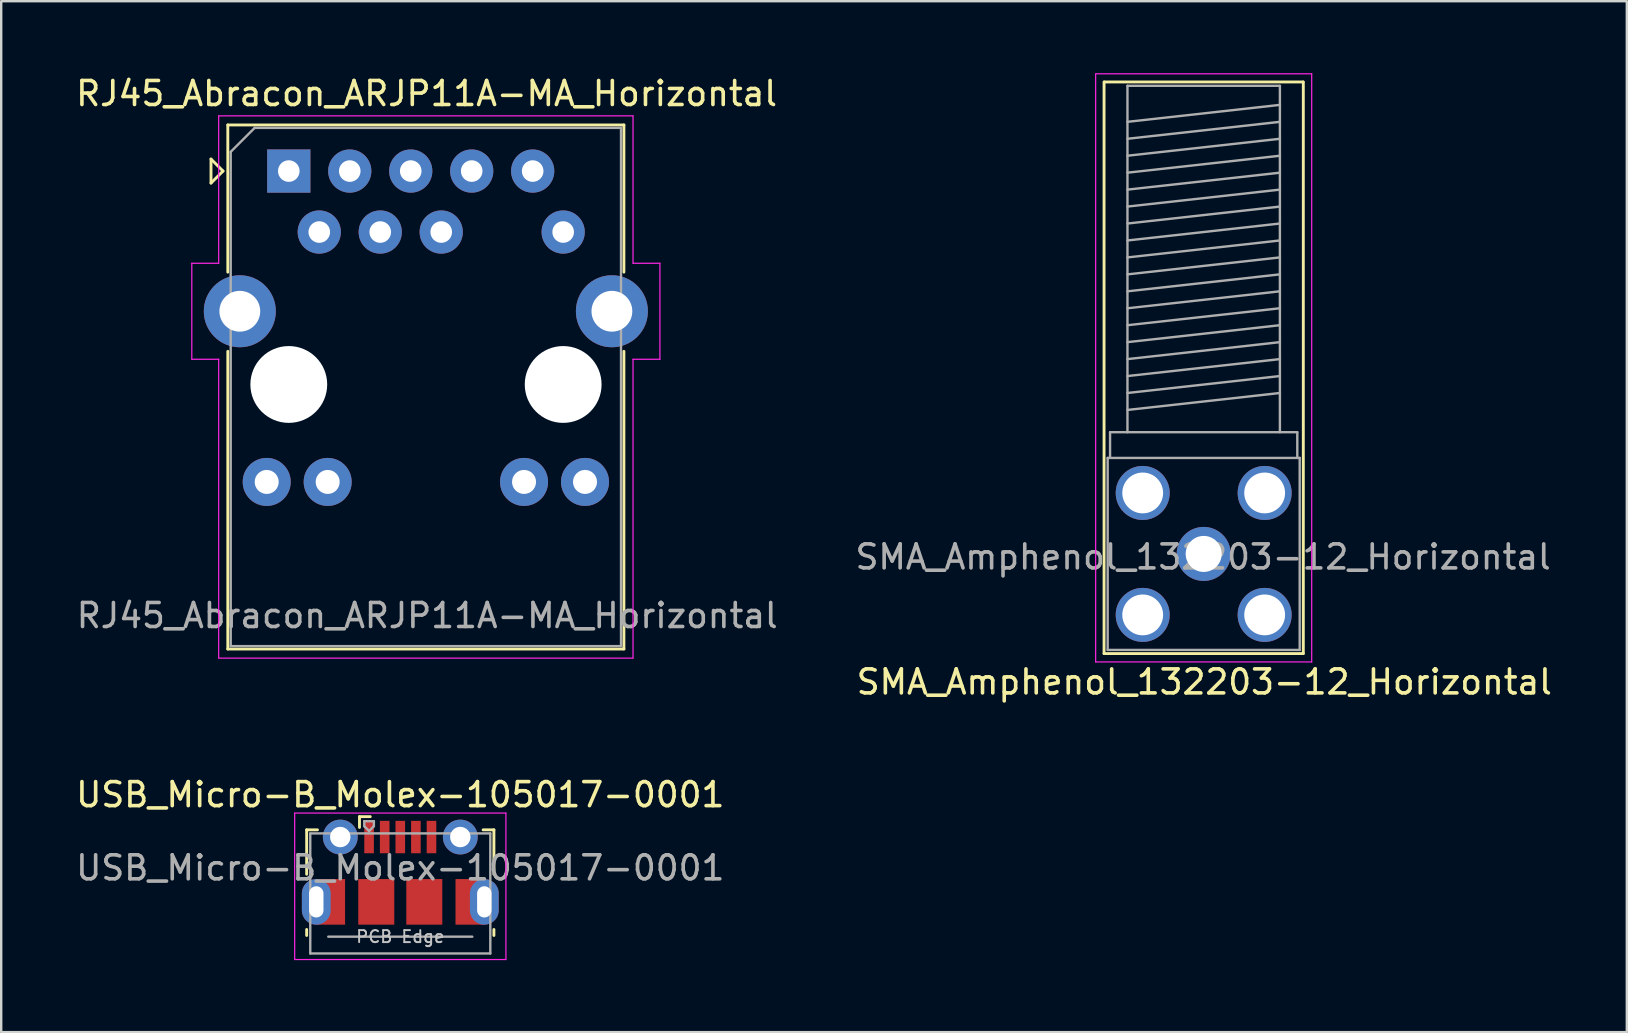
<source format=kicad_pcb>
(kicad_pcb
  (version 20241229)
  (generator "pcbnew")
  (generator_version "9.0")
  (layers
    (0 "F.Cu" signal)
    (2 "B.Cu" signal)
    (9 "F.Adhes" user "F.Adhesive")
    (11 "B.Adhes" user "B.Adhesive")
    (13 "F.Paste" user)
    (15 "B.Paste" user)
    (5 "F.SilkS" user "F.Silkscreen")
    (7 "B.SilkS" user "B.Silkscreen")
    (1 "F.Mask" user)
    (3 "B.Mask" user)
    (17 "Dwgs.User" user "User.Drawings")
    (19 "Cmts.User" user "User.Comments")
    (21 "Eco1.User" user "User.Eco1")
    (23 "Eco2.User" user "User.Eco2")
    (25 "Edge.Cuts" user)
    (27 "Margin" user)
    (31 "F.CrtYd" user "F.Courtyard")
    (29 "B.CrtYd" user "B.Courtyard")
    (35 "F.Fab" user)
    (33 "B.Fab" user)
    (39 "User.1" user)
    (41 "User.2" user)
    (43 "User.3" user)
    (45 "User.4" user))
  (footprint "SMA_Amphenol_132203-12_Horizontal"
    (layer "F.Cu")
    (at 47.092 20.025)
    (property "Reference" "SMA_Amphenol_132203-12_Horizontal" (at 0.025 5.334 180) (layer "F.SilkS") (effects (font (size 1 1) (thickness 0.15))))
    (attr through_hole)
    (fp_line (start -4.15 -19.66) (end -4.15 4.15) (stroke (width 0.12) (type solid)) (layer "F.SilkS"))
    (fp_line (start -4.15 4.15) (end 4.15 4.15) (stroke (width 0.12) (type solid)) (layer "F.SilkS"))
    (fp_line (start -4.14 -19.66) (end 4.14 -19.66) (stroke (width 0.12) (type solid)) (layer "F.SilkS"))
    (fp_line (start 4.15 -19.66) (end 4.15 4.15) (stroke (width 0.12) (type solid)) (layer "F.SilkS"))
    (fp_line (start -4.5 -20) (end -4.5 4.5) (stroke (width 0.05) (type solid)) (layer "F.CrtYd"))
    (fp_line (start -4.5 -20) (end 4.5 -20) (stroke (width 0.05) (type solid)) (layer "F.CrtYd"))
    (fp_line (start 4.5 4.5) (end -4.5 4.5) (stroke (width 0.05) (type solid)) (layer "F.CrtYd"))
    (fp_line (start 4.5 4.5) (end 4.5 -20) (stroke (width 0.05) (type solid)) (layer "F.CrtYd"))
    (fp_line (start -4 -4) (end -4 4) (stroke (width 0.1) (type solid)) (layer "F.Fab"))
    (fp_line (start -4 -4) (end 4 -4) (stroke (width 0.1) (type solid)) (layer "F.Fab"))
    (fp_line (start -4 4) (end 4 4) (stroke (width 0.1) (type solid)) (layer "F.Fab"))
    (fp_line (start -3.9 -5.07) (end -3.9 -4) (stroke (width 0.1) (type solid)) (layer "F.Fab"))
    (fp_line (start -3.175 -19.5) (end -3.175 -5.07) (stroke (width 0.1) (type solid)) (layer "F.Fab"))
    (fp_line (start -3.175 -19.5) (end 3.175 -19.5) (stroke (width 0.1) (type solid)) (layer "F.Fab"))
    (fp_line (start -3.175 -18) (end 3.175 -18.706) (stroke (width 0.1) (type solid)) (layer "F.Fab"))
    (fp_line (start -3.175 -17.294) (end 3.175 -18) (stroke (width 0.1) (type solid)) (layer "F.Fab"))
    (fp_line (start -3.175 -16.588) (end 3.175 -17.294) (stroke (width 0.1) (type solid)) (layer "F.Fab"))
    (fp_line (start -3.175 -15.882) (end 3.175 -16.588) (stroke (width 0.1) (type solid)) (layer "F.Fab"))
    (fp_line (start -3.175 -15.176) (end 3.175 -15.882) (stroke (width 0.1) (type solid)) (layer "F.Fab"))
    (fp_line (start -3.175 -14.47) (end 3.175 -15.176) (stroke (width 0.1) (type solid)) (layer "F.Fab"))
    (fp_line (start -3.175 -13.764) (end 3.175 -14.47) (stroke (width 0.1) (type solid)) (layer "F.Fab"))
    (fp_line (start -3.175 -13.058) (end 3.175 -13.764) (stroke (width 0.1) (type solid)) (layer "F.Fab"))
    (fp_line (start -3.175 -12.352) (end 3.175 -13.058) (stroke (width 0.1) (type solid)) (layer "F.Fab"))
    (fp_line (start -3.175 -11.646) (end 3.175 -12.352) (stroke (width 0.1) (type solid)) (layer "F.Fab"))
    (fp_line (start -3.175 -10.94) (end 3.175 -11.646) (stroke (width 0.1) (type solid)) (layer "F.Fab"))
    (fp_line (start -3.175 -10.234) (end 3.175 -10.94) (stroke (width 0.1) (type solid)) (layer "F.Fab"))
    (fp_line (start -3.175 -9.528) (end 3.175 -10.234) (stroke (width 0.1) (type solid)) (layer "F.Fab"))
    (fp_line (start -3.175 -8.822) (end 3.175 -9.528) (stroke (width 0.1) (type solid)) (layer "F.Fab"))
    (fp_line (start -3.175 -8.116) (end 3.175 -8.822) (stroke (width 0.1) (type solid)) (layer "F.Fab"))
    (fp_line (start -3.175 -7.41) (end 3.175 -8.116) (stroke (width 0.1) (type solid)) (layer "F.Fab"))
    (fp_line (start -3.175 -6.704) (end 3.175 -7.41) (stroke (width 0.1) (type solid)) (layer "F.Fab"))
    (fp_line (start -3.175 -5.998) (end 3.175 -6.704) (stroke (width 0.1) (type solid)) (layer "F.Fab"))
    (fp_line (start 3.175 -19.5) (end 3.175 -5.07) (stroke (width 0.1) (type solid)) (layer "F.Fab"))
    (fp_line (start 3.9 -5.07) (end -3.9 -5.07) (stroke (width 0.1) (type solid)) (layer "F.Fab"))
    (fp_line (start 3.9 -4) (end 3.9 -5.07) (stroke (width 0.1) (type solid)) (layer "F.Fab"))
    (fp_line (start 4 -4) (end 4 4) (stroke (width 0.1) (type solid)) (layer "F.Fab"))
    (fp_text user "${REFERENCE}" (at -0.025 0.127 0) (layer "F.Fab") (effects (font (size 1 1) (thickness 0.15))))
    (pad "1" thru_hole circle (at 0 0) (size 2.25 2.25) (drill 1.5) (layers "*.Cu" "*.Mask"))
    (pad "2" thru_hole circle (at -2.54 -2.54) (size 2.25 2.25) (drill 1.7) (layers "*.Cu" "*.Mask"))
    (pad "2" thru_hole circle (at -2.54 2.54) (size 2.25 2.25) (drill 1.7) (layers "*.Cu" "*.Mask"))
    (pad "2" thru_hole circle (at 2.54 -2.54) (size 2.25 2.25) (drill 1.7) (layers "*.Cu" "*.Mask"))
    (pad "2" thru_hole circle (at 2.54 2.54 90) (size 2.25 2.25) (drill 1.7) (layers "*.Cu" "*.Mask")))
  (footprint "RJ45_Abracon_ARJP11A-MA_Horizontal"
    (layer "F.Cu")
    (at 8.98 4.076)
    (property "Reference" "RJ45_Abracon_ARJP11A-MA_Horizontal" (at 5.74 -3.228 180) (layer "F.SilkS") (effects (font (size 1 1) (thickness 0.15))))
    (attr through_hole)
    (fp_line (start -3.24 -0.5) (end -3.24 0.5) (stroke (width 0.12) (type solid)) (layer "F.SilkS"))
    (fp_line (start -3.24 0.5) (end -2.74 0) (stroke (width 0.12) (type solid)) (layer "F.SilkS"))
    (fp_line (start -2.74 0) (end -3.24 -0.5) (stroke (width 0.12) (type solid)) (layer "F.SilkS"))
    (fp_line (start -2.54 -1.92) (end -2.54 4.21) (stroke (width 0.12) (type solid)) (layer "F.SilkS"))
    (fp_line (start -2.54 -1.92) (end 13.96 -1.92) (stroke (width 0.12) (type solid)) (layer "F.SilkS"))
    (fp_line (start -2.54 7.51) (end -2.54 19.91) (stroke (width 0.12) (type solid)) (layer "F.SilkS"))
    (fp_line (start -2.54 19.91) (end 13.96 19.91) (stroke (width 0.12) (type solid)) (layer "F.SilkS"))
    (fp_line (start 13.96 -1.92) (end 13.96 4.21) (stroke (width 0.12) (type solid)) (layer "F.SilkS"))
    (fp_line (start 13.96 7.51) (end 13.96 19.91) (stroke (width 0.12) (type solid)) (layer "F.SilkS"))
    (fp_line (start -4.04 3.84) (end -4.04 7.84) (stroke (width 0.05) (type solid)) (layer "F.CrtYd"))
    (fp_line (start -4.04 7.84) (end -2.92 7.84) (stroke (width 0.05) (type solid)) (layer "F.CrtYd"))
    (fp_line (start -2.92 -2.3) (end -2.92 3.84) (stroke (width 0.05) (type solid)) (layer "F.CrtYd"))
    (fp_line (start -2.92 -2.3) (end 14.34 -2.3) (stroke (width 0.05) (type solid)) (layer "F.CrtYd"))
    (fp_line (start -2.92 3.84) (end -4.04 3.84) (stroke (width 0.05) (type solid)) (layer "F.CrtYd"))
    (fp_line (start -2.92 7.84) (end -2.92 20.29) (stroke (width 0.05) (type solid)) (layer "F.CrtYd"))
    (fp_line (start -2.92 20.29) (end 14.34 20.29) (stroke (width 0.05) (type solid)) (layer "F.CrtYd"))
    (fp_line (start 14.34 -2.3) (end 14.34 3.84) (stroke (width 0.05) (type solid)) (layer "F.CrtYd"))
    (fp_line (start 14.34 7.84) (end 14.34 20.29) (stroke (width 0.05) (type solid)) (layer "F.CrtYd"))
    (fp_line (start 14.34 7.84) (end 15.46 7.84) (stroke (width 0.05) (type solid)) (layer "F.CrtYd"))
    (fp_line (start 15.46 3.84) (end 14.34 3.84) (stroke (width 0.05) (type solid)) (layer "F.CrtYd"))
    (fp_line (start 15.46 3.84) (end 15.46 7.84) (stroke (width 0.05) (type solid)) (layer "F.CrtYd"))
    (fp_line (start -2.42 -0.8) (end -1.42 -1.8) (stroke (width 0.1) (type solid)) (layer "F.Fab"))
    (fp_line (start -2.42 19.79) (end -2.42 -0.8) (stroke (width 0.1) (type solid)) (layer "F.Fab"))
    (fp_line (start -1.42 -1.8) (end 13.84 -1.8) (stroke (width 0.1) (type solid)) (layer "F.Fab"))
    (fp_line (start 13.84 -1.8) (end 13.84 19.79) (stroke (width 0.1) (type solid)) (layer "F.Fab"))
    (fp_line (start 13.84 19.79) (end -2.42 19.79) (stroke (width 0.1) (type solid)) (layer "F.Fab"))
    (fp_text user "${REFERENCE}" (at 5.766 18.517 180) (layer "F.Fab") (effects (font (size 1 1) (thickness 0.15))))
    (pad "" np_thru_hole circle (at 0 8.89) (size 3.2 3.2) (drill 3.2) (layers "*.Cu" "*.Mask"))
    (pad "" np_thru_hole circle (at 11.43 8.89) (size 3.2 3.2) (drill 3.2) (layers "*.Cu" "*.Mask"))
    (pad "1" thru_hole rect (at 0 0) (size 1.8 1.8) (drill 0.9) (layers "*.Cu" "*.Mask"))
    (pad "2" thru_hole circle (at 1.27 2.54) (size 1.8 1.8) (drill 0.9) (layers "*.Cu" "*.Mask"))
    (pad "3" thru_hole circle (at 2.54 0) (size 1.8 1.8) (drill 0.9) (layers "*.Cu" "*.Mask"))
    (pad "4" thru_hole circle (at 3.81 2.54) (size 1.8 1.8) (drill 0.9) (layers "*.Cu" "*.Mask"))
    (pad "5" thru_hole circle (at 5.08 0) (size 1.8 1.8) (drill 0.9) (layers "*.Cu" "*.Mask"))
    (pad "6" thru_hole circle (at 6.35 2.54) (size 1.8 1.8) (drill 0.9) (layers "*.Cu" "*.Mask"))
    (pad "7" thru_hole circle (at 7.62 0) (size 1.8 1.8) (drill 0.9) (layers "*.Cu" "*.Mask"))
    (pad "9" thru_hole circle (at 10.16 0) (size 1.8 1.8) (drill 0.9) (layers "*.Cu" "*.Mask"))
    (pad "10" thru_hole circle (at 11.43 2.54) (size 1.8 1.8) (drill 0.9) (layers "*.Cu" "*.Mask"))
    (pad "11" thru_hole circle (at -0.92 12.95) (size 2 2) (drill 1) (layers "*.Cu" "*.Mask"))
    (pad "12" thru_hole circle (at 1.62 12.95) (size 2 2) (drill 1) (layers "*.Cu" "*.Mask"))
    (pad "13" thru_hole circle (at 9.8 12.95) (size 2 2) (drill 1) (layers "*.Cu" "*.Mask"))
    (pad "14" thru_hole circle (at 12.34 12.95) (size 2 2) (drill 1) (layers "*.Cu" "*.Mask"))
    (pad "15" thru_hole circle (at -2.04 5.84) (size 3 3) (drill 1.7) (layers "*.Cu" "*.Mask"))
    (pad "15" thru_hole circle (at 13.46 5.84) (size 3 3) (drill 1.7) (layers "*.Cu" "*.Mask")))
  (footprint "USB_Micro-B_Molex-105017-0001"
    (layer "F.Cu")
    (at 13.625 33.281)
    (property "Reference" "USB_Micro-B_Molex-105017-0001" (at 0 -3.226 180) (layer "F.SilkS") (effects (font (size 1 1) (thickness 0.15))))
    (attr smd)
    (fp_line (start -3.9 -1.762) (end -3.45 -1.762) (stroke (width 0.12) (type solid)) (layer "F.SilkS"))
    (fp_line (start -3.9 0.087) (end -3.9 -1.762) (stroke (width 0.12) (type solid)) (layer "F.SilkS"))
    (fp_line (start -3.9 2.638) (end -3.9 2.388) (stroke (width 0.12) (type solid)) (layer "F.SilkS"))
    (fp_line (start -1.7 -2.312) (end -1.7 -1.863) (stroke (width 0.12) (type solid)) (layer "F.SilkS"))
    (fp_line (start -1.7 -2.312) (end -1.25 -2.312) (stroke (width 0.12) (type solid)) (layer "F.SilkS"))
    (fp_line (start 3.9 -1.762) (end 3.45 -1.762) (stroke (width 0.12) (type solid)) (layer "F.SilkS"))
    (fp_line (start 3.9 0.087) (end 3.9 -1.762) (stroke (width 0.12) (type solid)) (layer "F.SilkS"))
    (fp_line (start 3.9 2.638) (end 3.9 2.388) (stroke (width 0.12) (type solid)) (layer "F.SilkS"))
    (fp_line (start -4.4 -2.46) (end 4.4 -2.46) (stroke (width 0.05) (type solid)) (layer "F.CrtYd"))
    (fp_line (start -4.4 3.64) (end -4.4 -2.46) (stroke (width 0.05) (type solid)) (layer "F.CrtYd"))
    (fp_line (start -4.4 3.64) (end 4.4 3.64) (stroke (width 0.05) (type solid)) (layer "F.CrtYd"))
    (fp_line (start 4.4 -2.46) (end 4.4 3.64) (stroke (width 0.05) (type solid)) (layer "F.CrtYd"))
    (fp_line (start -3.75 -1.613) (end 3.75 -1.613) (stroke (width 0.1) (type solid)) (layer "F.Fab"))
    (fp_line (start -3.75 3.388) (end -3.75 -1.613) (stroke (width 0.1) (type solid)) (layer "F.Fab"))
    (fp_line (start -3.75 3.389) (end 3.75 3.389) (stroke (width 0.1) (type solid)) (layer "F.Fab"))
    (fp_line (start -3 2.689) (end 3 2.689) (stroke (width 0.1) (type solid)) (layer "F.Fab"))
    (fp_line (start -1.5 -2.123) (end -1.5 -1.913) (stroke (width 0.1) (type solid)) (layer "F.Fab"))
    (fp_line (start -1.5 -2.123) (end -1.1 -2.123) (stroke (width 0.1) (type solid)) (layer "F.Fab"))
    (fp_line (start -1.3 -1.712) (end -1.5 -1.913) (stroke (width 0.1) (type solid)) (layer "F.Fab"))
    (fp_line (start -1.1 -2.123) (end -1.1 -1.913) (stroke (width 0.1) (type solid)) (layer "F.Fab"))
    (fp_line (start -1.1 -1.913) (end -1.3 -1.712) (stroke (width 0.1) (type solid)) (layer "F.Fab"))
    (fp_line (start 3.75 3.388) (end 3.75 -1.613) (stroke (width 0.1) (type solid)) (layer "F.Fab"))
    (fp_text user "PCB Edge" (at 0 2.688 0) (layer "Dwgs.User") (effects (font (size 0.5 0.5) (thickness 0.08))))
    (fp_text user "${REFERENCE}" (at 0 -0.178 0) (layer "F.Fab") (effects (font (size 1 1) (thickness 0.15))))
    (pad "1" smd rect (at -1.3 -1.462) (size 0.4 1.35) (layers "F.Cu" "F.Mask" "F.Paste"))
    (pad "2" smd rect (at -0.65 -1.462) (size 0.4 1.35) (layers "F.Cu" "F.Mask" "F.Paste"))
    (pad "3" smd rect (at 0 -1.462) (size 0.4 1.35) (layers "F.Cu" "F.Mask" "F.Paste"))
    (pad "4" smd rect (at 0.65 -1.462) (size 0.4 1.35) (layers "F.Cu" "F.Mask" "F.Paste"))
    (pad "5" smd rect (at 1.3 -1.462) (size 0.4 1.35) (layers "F.Cu" "F.Mask" "F.Paste"))
    (pad "6" thru_hole oval (at -3.5 1.238 180) (size 1.2 1.9) (drill oval 0.6 1.3) (layers "*.Cu" "*.Mask"))
    (pad "6" smd rect (at -2.9 1.238) (size 1.2 1.9) (layers "F.Cu" "F.Mask"))
    (pad "6" thru_hole circle (at -2.5 -1.462) (size 1.45 1.45) (drill 0.85) (layers "*.Cu" "*.Mask"))
    (pad "6" smd rect (at -1 1.238) (size 1.5 1.9) (layers "F.Cu" "F.Mask" "F.Paste"))
    (pad "6" smd rect (at 1 1.238) (size 1.5 1.9) (layers "F.Cu" "F.Mask" "F.Paste"))
    (pad "6" thru_hole circle (at 2.5 -1.462) (size 1.45 1.45) (drill 0.85) (layers "*.Cu" "*.Mask"))
    (pad "6" smd rect (at 2.9 1.238) (size 1.2 1.9) (layers "F.Cu" "F.Mask"))
    (pad "6" thru_hole oval (at 3.5 1.238) (size 1.2 1.9) (drill oval 0.6 1.3) (layers "*.Cu" "*.Mask")))
  (gr_rect
    (start -3 -3)
    (end 64.719 39.946)
    (stroke (width 0.1) (type default))
    (fill no)
    (layer "Edge.Cuts")))
</source>
